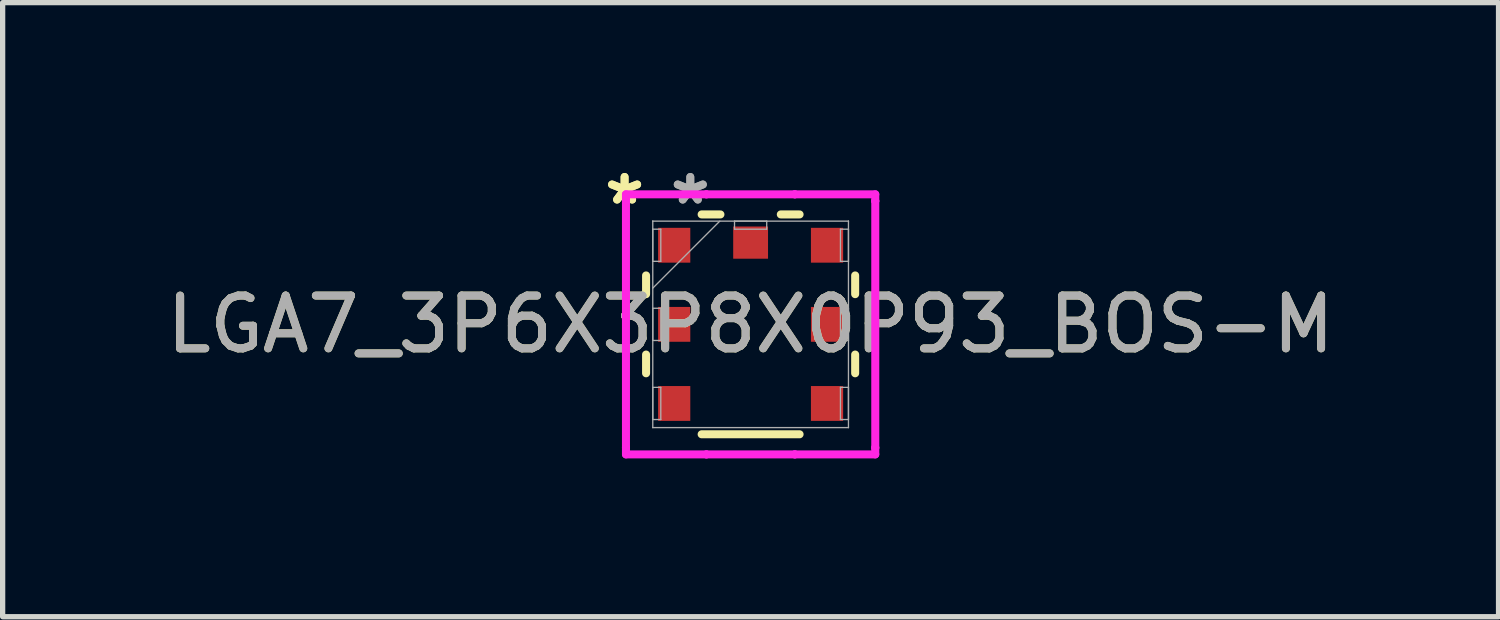
<source format=kicad_pcb>
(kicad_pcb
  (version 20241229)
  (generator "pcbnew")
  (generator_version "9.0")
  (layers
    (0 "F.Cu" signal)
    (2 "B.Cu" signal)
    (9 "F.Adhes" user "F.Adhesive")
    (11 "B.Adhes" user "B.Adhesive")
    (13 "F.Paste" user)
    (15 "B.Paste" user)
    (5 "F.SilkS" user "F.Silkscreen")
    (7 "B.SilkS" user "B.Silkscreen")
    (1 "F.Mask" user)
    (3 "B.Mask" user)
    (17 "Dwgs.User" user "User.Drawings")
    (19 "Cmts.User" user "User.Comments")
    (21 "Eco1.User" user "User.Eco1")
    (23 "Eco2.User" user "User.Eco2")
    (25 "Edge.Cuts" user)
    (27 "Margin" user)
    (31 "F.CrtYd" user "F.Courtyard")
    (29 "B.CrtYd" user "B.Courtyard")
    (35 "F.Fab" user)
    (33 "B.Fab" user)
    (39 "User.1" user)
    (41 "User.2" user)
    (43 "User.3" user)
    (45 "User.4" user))
  (footprint "LGA7_3P6X3P8X0P93_BOS-M"
    (layer "F.Cu")
    (at 11.173 3.096)
    (property "Reference" "LGA7_3P6X3P8X0P93_BOS-M" (at 0 0 0) (unlocked yes) (layer "F.SilkS") (effects (font (size 1 1) (thickness 0.15))))
    (attr smd)
    (fp_line (start -1.981 -0.927) (end -1.981 -0.572) (stroke (width 0.152) (type solid)) (layer "F.SilkS"))
    (fp_line (start -1.981 0.572) (end -1.981 0.927) (stroke (width 0.152) (type solid)) (layer "F.SilkS"))
    (fp_line (start -0.928 2.083) (end 0.928 2.083) (stroke (width 0.152) (type solid)) (layer "F.SilkS"))
    (fp_line (start -0.572 -2.083) (end -0.928 -2.083) (stroke (width 0.152) (type solid)) (layer "F.SilkS"))
    (fp_line (start 0.928 -2.083) (end 0.572 -2.083) (stroke (width 0.152) (type solid)) (layer "F.SilkS"))
    (fp_line (start 1.981 -0.572) (end 1.981 -0.927) (stroke (width 0.152) (type solid)) (layer "F.SilkS"))
    (fp_line (start 1.981 0.927) (end 1.981 0.572) (stroke (width 0.152) (type solid)) (layer "F.SilkS"))
    (fp_line (start -2.362 -2.464) (end -0.838 -2.464) (stroke (width 0.152) (type solid)) (layer "F.CrtYd"))
    (fp_line (start -2.362 -2.337) (end -2.362 -2.464) (stroke (width 0.152) (type solid)) (layer "F.CrtYd"))
    (fp_line (start -2.362 -2.337) (end -2.362 -2.337) (stroke (width 0.152) (type solid)) (layer "F.CrtYd"))
    (fp_line (start -2.362 2.337) (end -2.362 -2.337) (stroke (width 0.152) (type solid)) (layer "F.CrtYd"))
    (fp_line (start -2.362 2.337) (end -2.362 2.337) (stroke (width 0.152) (type solid)) (layer "F.CrtYd"))
    (fp_line (start -2.362 2.464) (end -2.362 2.337) (stroke (width 0.152) (type solid)) (layer "F.CrtYd"))
    (fp_line (start -0.838 -2.464) (end -0.838 -2.464) (stroke (width 0.152) (type solid)) (layer "F.CrtYd"))
    (fp_line (start -0.838 -2.464) (end 0.838 -2.464) (stroke (width 0.152) (type solid)) (layer "F.CrtYd"))
    (fp_line (start -0.838 2.464) (end -2.362 2.464) (stroke (width 0.152) (type solid)) (layer "F.CrtYd"))
    (fp_line (start -0.838 2.464) (end -0.838 2.464) (stroke (width 0.152) (type solid)) (layer "F.CrtYd"))
    (fp_line (start 0.838 -2.464) (end 0.838 -2.464) (stroke (width 0.152) (type solid)) (layer "F.CrtYd"))
    (fp_line (start 0.838 -2.464) (end 2.362 -2.464) (stroke (width 0.152) (type solid)) (layer "F.CrtYd"))
    (fp_line (start 0.838 2.464) (end -0.838 2.464) (stroke (width 0.152) (type solid)) (layer "F.CrtYd"))
    (fp_line (start 0.838 2.464) (end 0.838 2.464) (stroke (width 0.152) (type solid)) (layer "F.CrtYd"))
    (fp_line (start 2.362 -2.464) (end 2.362 -2.337) (stroke (width 0.152) (type solid)) (layer "F.CrtYd"))
    (fp_line (start 2.362 -2.337) (end 2.362 -2.337) (stroke (width 0.152) (type solid)) (layer "F.CrtYd"))
    (fp_line (start 2.362 -2.337) (end 2.362 2.337) (stroke (width 0.152) (type solid)) (layer "F.CrtYd"))
    (fp_line (start 2.362 2.337) (end 2.362 2.337) (stroke (width 0.152) (type solid)) (layer "F.CrtYd"))
    (fp_line (start 2.362 2.337) (end 2.362 2.464) (stroke (width 0.152) (type solid)) (layer "F.CrtYd"))
    (fp_line (start 2.362 2.464) (end 0.838 2.464) (stroke (width 0.152) (type solid)) (layer "F.CrtYd"))
    (fp_line (start -1.854 -1.956) (end -1.854 -1.956) (stroke (width 0.025) (type solid)) (layer "F.Fab"))
    (fp_line (start -1.854 -1.956) (end -1.854 1.956) (stroke (width 0.025) (type solid)) (layer "F.Fab"))
    (fp_line (start -1.854 -1.803) (end -1.702 -1.803) (stroke (width 0.025) (type solid)) (layer "F.Fab"))
    (fp_line (start -1.854 -1.194) (end -1.854 -1.803) (stroke (width 0.025) (type solid)) (layer "F.Fab"))
    (fp_line (start -1.854 -0.686) (end -0.584 -1.956) (stroke (width 0.025) (type solid)) (layer "F.Fab"))
    (fp_line (start -1.854 -0.305) (end -1.702 -0.305) (stroke (width 0.025) (type solid)) (layer "F.Fab"))
    (fp_line (start -1.854 0.305) (end -1.854 -0.305) (stroke (width 0.025) (type solid)) (layer "F.Fab"))
    (fp_line (start -1.854 1.194) (end -1.702 1.194) (stroke (width 0.025) (type solid)) (layer "F.Fab"))
    (fp_line (start -1.854 1.803) (end -1.854 1.194) (stroke (width 0.025) (type solid)) (layer "F.Fab"))
    (fp_line (start -1.854 1.956) (end -1.854 1.956) (stroke (width 0.025) (type solid)) (layer "F.Fab"))
    (fp_line (start -1.854 1.956) (end 1.854 1.956) (stroke (width 0.025) (type solid)) (layer "F.Fab"))
    (fp_line (start -1.702 -1.803) (end -1.702 -1.194) (stroke (width 0.025) (type solid)) (layer "F.Fab"))
    (fp_line (start -1.702 -1.194) (end -1.854 -1.194) (stroke (width 0.025) (type solid)) (layer "F.Fab"))
    (fp_line (start -1.702 -0.305) (end -1.702 0.305) (stroke (width 0.025) (type solid)) (layer "F.Fab"))
    (fp_line (start -1.702 0.305) (end -1.854 0.305) (stroke (width 0.025) (type solid)) (layer "F.Fab"))
    (fp_line (start -1.702 1.194) (end -1.702 1.803) (stroke (width 0.025) (type solid)) (layer "F.Fab"))
    (fp_line (start -1.702 1.803) (end -1.854 1.803) (stroke (width 0.025) (type solid)) (layer "F.Fab"))
    (fp_line (start -0.305 -1.956) (end 0.305 -1.956) (stroke (width 0.025) (type solid)) (layer "F.Fab"))
    (fp_line (start -0.305 -1.803) (end -0.305 -1.956) (stroke (width 0.025) (type solid)) (layer "F.Fab"))
    (fp_line (start 0.305 -1.956) (end 0.305 -1.803) (stroke (width 0.025) (type solid)) (layer "F.Fab"))
    (fp_line (start 0.305 -1.803) (end -0.305 -1.803) (stroke (width 0.025) (type solid)) (layer "F.Fab"))
    (fp_line (start 1.702 -1.803) (end 1.854 -1.803) (stroke (width 0.025) (type solid)) (layer "F.Fab"))
    (fp_line (start 1.702 -1.194) (end 1.702 -1.803) (stroke (width 0.025) (type solid)) (layer "F.Fab"))
    (fp_line (start 1.702 -0.305) (end 1.854 -0.305) (stroke (width 0.025) (type solid)) (layer "F.Fab"))
    (fp_line (start 1.702 0.305) (end 1.702 -0.305) (stroke (width 0.025) (type solid)) (layer "F.Fab"))
    (fp_line (start 1.702 1.194) (end 1.854 1.194) (stroke (width 0.025) (type solid)) (layer "F.Fab"))
    (fp_line (start 1.702 1.803) (end 1.702 1.194) (stroke (width 0.025) (type solid)) (layer "F.Fab"))
    (fp_line (start 1.854 -1.956) (end -1.854 -1.956) (stroke (width 0.025) (type solid)) (layer "F.Fab"))
    (fp_line (start 1.854 -1.956) (end 1.854 -1.956) (stroke (width 0.025) (type solid)) (layer "F.Fab"))
    (fp_line (start 1.854 -1.803) (end 1.854 -1.194) (stroke (width 0.025) (type solid)) (layer "F.Fab"))
    (fp_line (start 1.854 -1.194) (end 1.702 -1.194) (stroke (width 0.025) (type solid)) (layer "F.Fab"))
    (fp_line (start 1.854 -0.305) (end 1.854 0.305) (stroke (width 0.025) (type solid)) (layer "F.Fab"))
    (fp_line (start 1.854 0.305) (end 1.702 0.305) (stroke (width 0.025) (type solid)) (layer "F.Fab"))
    (fp_line (start 1.854 1.194) (end 1.854 1.803) (stroke (width 0.025) (type solid)) (layer "F.Fab"))
    (fp_line (start 1.854 1.803) (end 1.702 1.803) (stroke (width 0.025) (type solid)) (layer "F.Fab"))
    (fp_line (start 1.854 1.956) (end 1.854 -1.956) (stroke (width 0.025) (type solid)) (layer "F.Fab"))
    (fp_line (start 1.854 1.956) (end 1.854 1.956) (stroke (width 0.025) (type solid)) (layer "F.Fab"))
    (fp_text user "*" (at -2.388 -2.248 0) (layer "F.SilkS") (effects (font (size 1 1) (thickness 0.15))))
    (fp_text user "*" (at -2.388 -2.248 0) (unlocked yes) (layer "F.SilkS") (effects (font (size 1 1) (thickness 0.15))))
    (fp_text user "${REFERENCE}" (at 0 0 0) (unlocked yes) (layer "F.Fab") (effects (font (size 1 1) (thickness 0.15))))
    (fp_text user "*" (at -1.143 -2.248 0) (unlocked yes) (layer "F.Fab") (effects (font (size 1 1) (thickness 0.15))))
    (fp_text user "*" (at -1.143 -2.248 0) (layer "F.Fab") (effects (font (size 1 1) (thickness 0.15))))
    (pad "1" smd rect (at -1.448 -1.499 90) (size 0.66 0.61) (layers "F.Cu" "F.Mask" "F.Paste"))
    (pad "2" smd rect (at -1.448 0 90) (size 0.66 0.61) (layers "F.Cu" "F.Mask" "F.Paste"))
    (pad "3" smd rect (at -1.448 1.499 90) (size 0.66 0.61) (layers "F.Cu" "F.Mask" "F.Paste"))
    (pad "4" smd rect (at 1.448 1.499 90) (size 0.66 0.61) (layers "F.Cu" "F.Mask" "F.Paste"))
    (pad "5" smd rect (at 1.448 0 90) (size 0.66 0.61) (layers "F.Cu" "F.Mask" "F.Paste"))
    (pad "6" smd rect (at 1.448 -1.499 90) (size 0.66 0.61) (layers "F.Cu" "F.Mask" "F.Paste"))
    (pad "7" smd rect (at 0 -1.549) (size 0.66 0.61) (layers "F.Cu" "F.Mask" "F.Paste")))
  (gr_rect
    (start -3 -3)
    (end 25.345 8.636)
    (stroke (width 0.1) (type default))
    (fill no)
    (layer "Edge.Cuts")))
</source>
